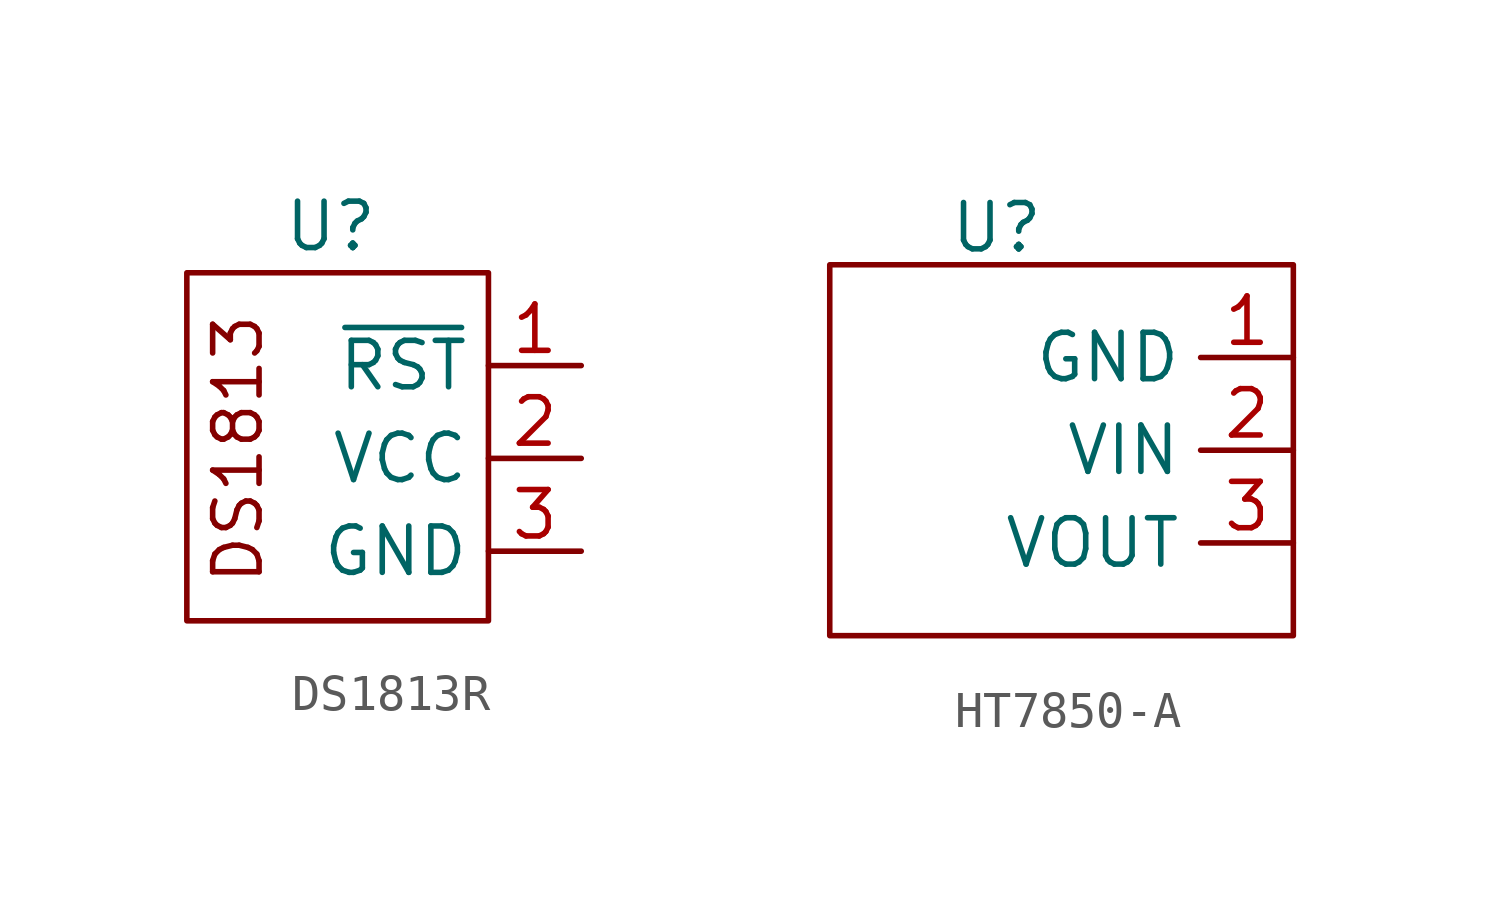
<source format=kicad_sym>
(kicad_symbol_lib
  (version 20241209)
  (generator "kicad_symbol_editor")
  (generator_version "9.0")
  (symbol "DS1813R"
    (property "Reference" "U"
      (at -0.508 6.35 0)
      (effects (font (size 1.27 1.27))))
    (property "Value" ""
      (at 0 0 0)
      (effects (font (size 1.27 1.27))))
    (symbol "DS1813R_0_1"
      (rectangle (start -4.445 5.08) (end 3.81 -4.445) (stroke (width 0) (type default)) (fill (type none))))
    (symbol "DS1813R_1_1"
      (text "DS1813" (at -3.048 0.254 900) (effects (font (size 1.27 1.27))))
      (pin output line (at 6.35 2.54 180) (length 2.54) (name "~{RST}" (effects (font (size 1.27 1.27)))) (number "1" (effects (font (size 1.27 1.27)))))
      (pin input line (at 6.35 0 180) (length 2.54) (name "VCC" (effects (font (size 1.27 1.27)))) (number "2" (effects (font (size 1.27 1.27)))))
      (pin bidirectional line (at 6.35 -2.54 180) (length 2.54) (name "GND" (effects (font (size 1.27 1.27)))) (number "3" (effects (font (size 1.27 1.27)))))))
  (symbol "HT7850-A"
    (property "Reference" "U"
      (at -5.588 1.016 0)
      (effects (font (size 1.27 1.27))))
    (property "Value" ""
      (at 0 0 0)
      (effects (font (size 1.27 1.27))))
    (symbol "HT7850-A_0_1"
      (rectangle (start -10.16 0) (end 2.54 -10.16) (stroke (width 0) (type default)) (fill (type none))))
    (symbol "HT7850-A_1_1"
      (pin input line (at 2.54 -2.54 180) (length 2.54) (name "GND" (effects (font (size 1.27 1.27)))) (number "1" (effects (font (size 1.27 1.27)))))
      (pin input line (at 2.54 -5.08 180) (length 2.54) (name "VIN" (effects (font (size 1.27 1.27)))) (number "2" (effects (font (size 1.27 1.27)))))
      (pin power_out line (at 2.54 -7.62 180) (length 2.54) (name "VOUT" (effects (font (size 1.27 1.27)))) (number "3" (effects (font (size 1.27 1.27))))))))
</source>
